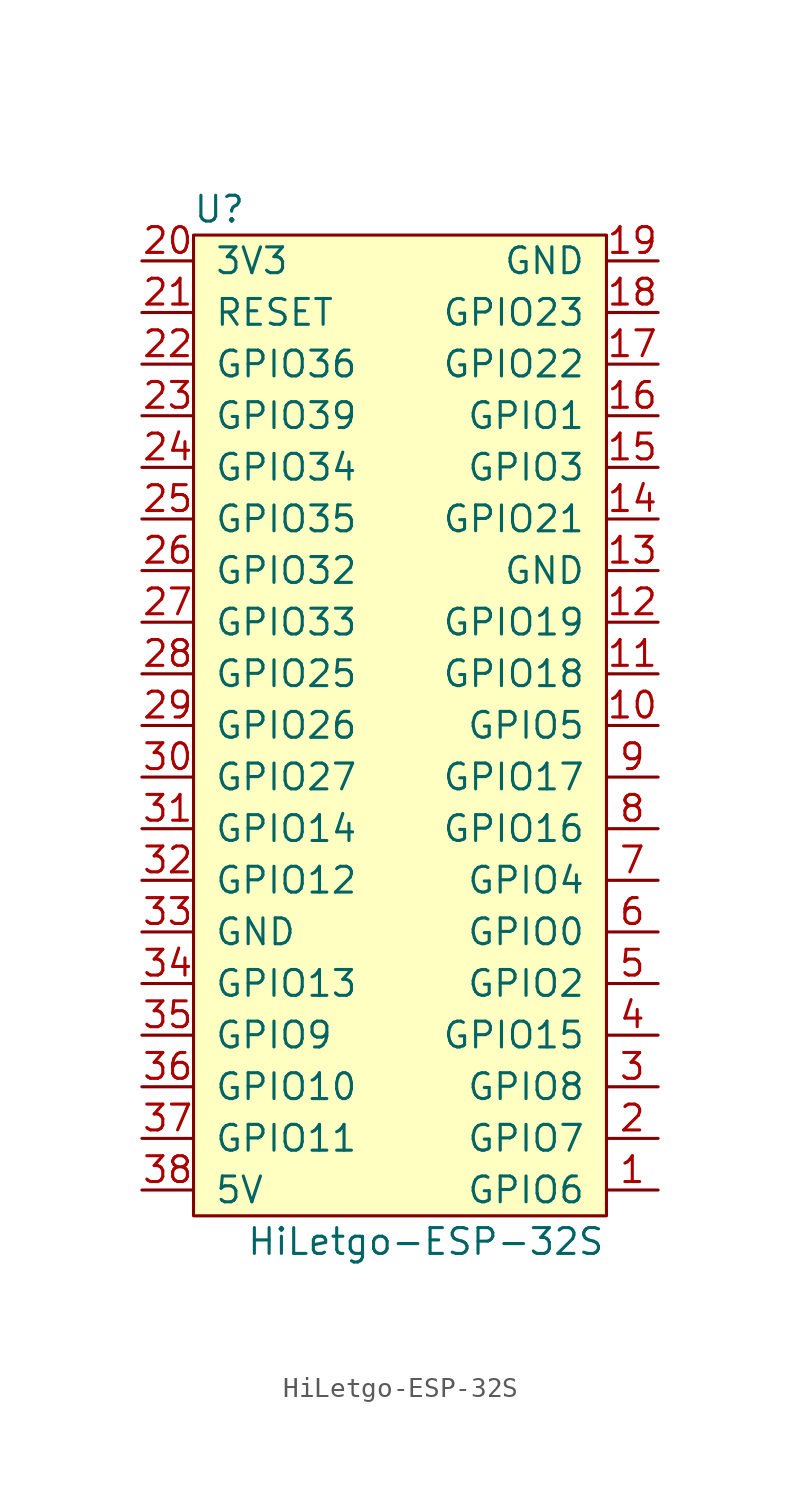
<source format=kicad_sym>
(kicad_symbol_lib
  (version 20211014)
  (generator kicad_symbol_editor)
  (symbol "HiLetgo-ESP-32S"
    (pin_names
      (offset 1.016))
    (property "Reference" "U"
      (at -8.89 26.67 0)
      (effects (font (size 1.27 1.27))))
    (property "Value" "HiLetgo-ESP-32S"
      (at 1.27 -24.13 0)
      (effects (font (size 1.27 1.27))))
    (symbol "HiLetgo-ESP-32S_0_1"
      (rectangle (start -10.16 25.4) (end 10.16 -22.86) (stroke (width 0) (type default) (color 0 0 0 0)) (fill (type background))))
    (symbol "HiLetgo-ESP-32S_1_1"
      (pin bidirectional line (at 12.7 -21.59 180) (length 2.54) (name "GPIO6" (effects (font (size 1.27 1.27)))) (number "1" (effects (font (size 1.27 1.27)))))
      (pin bidirectional line (at 12.7 1.27 180) (length 2.54) (name "GPIO5" (effects (font (size 1.27 1.27)))) (number "10" (effects (font (size 1.27 1.27)))))
      (pin bidirectional line (at 12.7 3.81 180) (length 2.54) (name "GPIO18" (effects (font (size 1.27 1.27)))) (number "11" (effects (font (size 1.27 1.27)))))
      (pin bidirectional line (at 12.7 6.35 180) (length 2.54) (name "GPIO19" (effects (font (size 1.27 1.27)))) (number "12" (effects (font (size 1.27 1.27)))))
      (pin power_in line (at 12.7 8.89 180) (length 2.54) (name "GND" (effects (font (size 1.27 1.27)))) (number "13" (effects (font (size 1.27 1.27)))))
      (pin bidirectional line (at 12.7 11.43 180) (length 2.54) (name "GPIO21" (effects (font (size 1.27 1.27)))) (number "14" (effects (font (size 1.27 1.27)))))
      (pin bidirectional line (at 12.7 13.97 180) (length 2.54) (name "GPIO3" (effects (font (size 1.27 1.27)))) (number "15" (effects (font (size 1.27 1.27)))))
      (pin bidirectional line (at 12.7 16.51 180) (length 2.54) (name "GPIO1" (effects (font (size 1.27 1.27)))) (number "16" (effects (font (size 1.27 1.27)))))
      (pin bidirectional line (at 12.7 19.05 180) (length 2.54) (name "GPIO22" (effects (font (size 1.27 1.27)))) (number "17" (effects (font (size 1.27 1.27)))))
      (pin bidirectional line (at 12.7 21.59 180) (length 2.54) (name "GPIO23" (effects (font (size 1.27 1.27)))) (number "18" (effects (font (size 1.27 1.27)))))
      (pin power_in line (at 12.7 24.13 180) (length 2.54) (name "GND" (effects (font (size 1.27 1.27)))) (number "19" (effects (font (size 1.27 1.27)))))
      (pin bidirectional line (at 12.7 -19.05 180) (length 2.54) (name "GPIO7" (effects (font (size 1.27 1.27)))) (number "2" (effects (font (size 1.27 1.27)))))
      (pin power_in line (at -12.7 24.13 0) (length 2.54) (name "3V3" (effects (font (size 1.27 1.27)))) (number "20" (effects (font (size 1.27 1.27)))))
      (pin input line (at -12.7 21.59 0) (length 2.54) (name "RESET" (effects (font (size 1.27 1.27)))) (number "21" (effects (font (size 1.27 1.27)))))
      (pin input line (at -12.7 19.05 0) (length 2.54) (name "GPIO36" (effects (font (size 1.27 1.27)))) (number "22" (effects (font (size 1.27 1.27)))))
      (pin input line (at -12.7 16.51 0) (length 2.54) (name "GPIO39" (effects (font (size 1.27 1.27)))) (number "23" (effects (font (size 1.27 1.27)))))
      (pin input line (at -12.7 13.97 0) (length 2.54) (name "GPIO34" (effects (font (size 1.27 1.27)))) (number "24" (effects (font (size 1.27 1.27)))))
      (pin input line (at -12.7 11.43 0) (length 2.54) (name "GPIO35" (effects (font (size 1.27 1.27)))) (number "25" (effects (font (size 1.27 1.27)))))
      (pin bidirectional line (at -12.7 8.89 0) (length 2.54) (name "GPIO32" (effects (font (size 1.27 1.27)))) (number "26" (effects (font (size 1.27 1.27)))))
      (pin bidirectional line (at -12.7 6.35 0) (length 2.54) (name "GPIO33" (effects (font (size 1.27 1.27)))) (number "27" (effects (font (size 1.27 1.27)))))
      (pin bidirectional line (at -12.7 3.81 0) (length 2.54) (name "GPIO25" (effects (font (size 1.27 1.27)))) (number "28" (effects (font (size 1.27 1.27)))))
      (pin bidirectional line (at -12.7 1.27 0) (length 2.54) (name "GPIO26" (effects (font (size 1.27 1.27)))) (number "29" (effects (font (size 1.27 1.27)))))
      (pin bidirectional line (at 12.7 -16.51 180) (length 2.54) (name "GPIO8" (effects (font (size 1.27 1.27)))) (number "3" (effects (font (size 1.27 1.27)))))
      (pin bidirectional line (at -12.7 -1.27 0) (length 2.54) (name "GPIO27" (effects (font (size 1.27 1.27)))) (number "30" (effects (font (size 1.27 1.27)))))
      (pin bidirectional line (at -12.7 -3.81 0) (length 2.54) (name "GPIO14" (effects (font (size 1.27 1.27)))) (number "31" (effects (font (size 1.27 1.27)))))
      (pin bidirectional line (at -12.7 -6.35 0) (length 2.54) (name "GPIO12" (effects (font (size 1.27 1.27)))) (number "32" (effects (font (size 1.27 1.27)))))
      (pin power_in line (at -12.7 -8.89 0) (length 2.54) (name "GND" (effects (font (size 1.27 1.27)))) (number "33" (effects (font (size 1.27 1.27)))))
      (pin bidirectional line (at -12.7 -11.43 0) (length 2.54) (name "GPIO13" (effects (font (size 1.27 1.27)))) (number "34" (effects (font (size 1.27 1.27)))))
      (pin bidirectional line (at -12.7 -13.97 0) (length 2.54) (name "GPIO9" (effects (font (size 1.27 1.27)))) (number "35" (effects (font (size 1.27 1.27)))))
      (pin bidirectional line (at -12.7 -16.51 0) (length 2.54) (name "GPIO10" (effects (font (size 1.27 1.27)))) (number "36" (effects (font (size 1.27 1.27)))))
      (pin bidirectional line (at -12.7 -19.05 0) (length 2.54) (name "GPIO11" (effects (font (size 1.27 1.27)))) (number "37" (effects (font (size 1.27 1.27)))))
      (pin power_in line (at -12.7 -21.59 0) (length 2.54) (name "5V" (effects (font (size 1.27 1.27)))) (number "38" (effects (font (size 1.27 1.27)))))
      (pin bidirectional line (at 12.7 -13.97 180) (length 2.54) (name "GPIO15" (effects (font (size 1.27 1.27)))) (number "4" (effects (font (size 1.27 1.27)))))
      (pin bidirectional line (at 12.7 -11.43 180) (length 2.54) (name "GPIO2" (effects (font (size 1.27 1.27)))) (number "5" (effects (font (size 1.27 1.27)))))
      (pin bidirectional line (at 12.7 -8.89 180) (length 2.54) (name "GPIO0" (effects (font (size 1.27 1.27)))) (number "6" (effects (font (size 1.27 1.27)))))
      (pin bidirectional line (at 12.7 -6.35 180) (length 2.54) (name "GPIO4" (effects (font (size 1.27 1.27)))) (number "7" (effects (font (size 1.27 1.27)))))
      (pin bidirectional line (at 12.7 -3.81 180) (length 2.54) (name "GPIO16" (effects (font (size 1.27 1.27)))) (number "8" (effects (font (size 1.27 1.27)))))
      (pin bidirectional line (at 12.7 -1.27 180) (length 2.54) (name "GPIO17" (effects (font (size 1.27 1.27)))) (number "9" (effects (font (size 1.27 1.27))))))))
</source>
